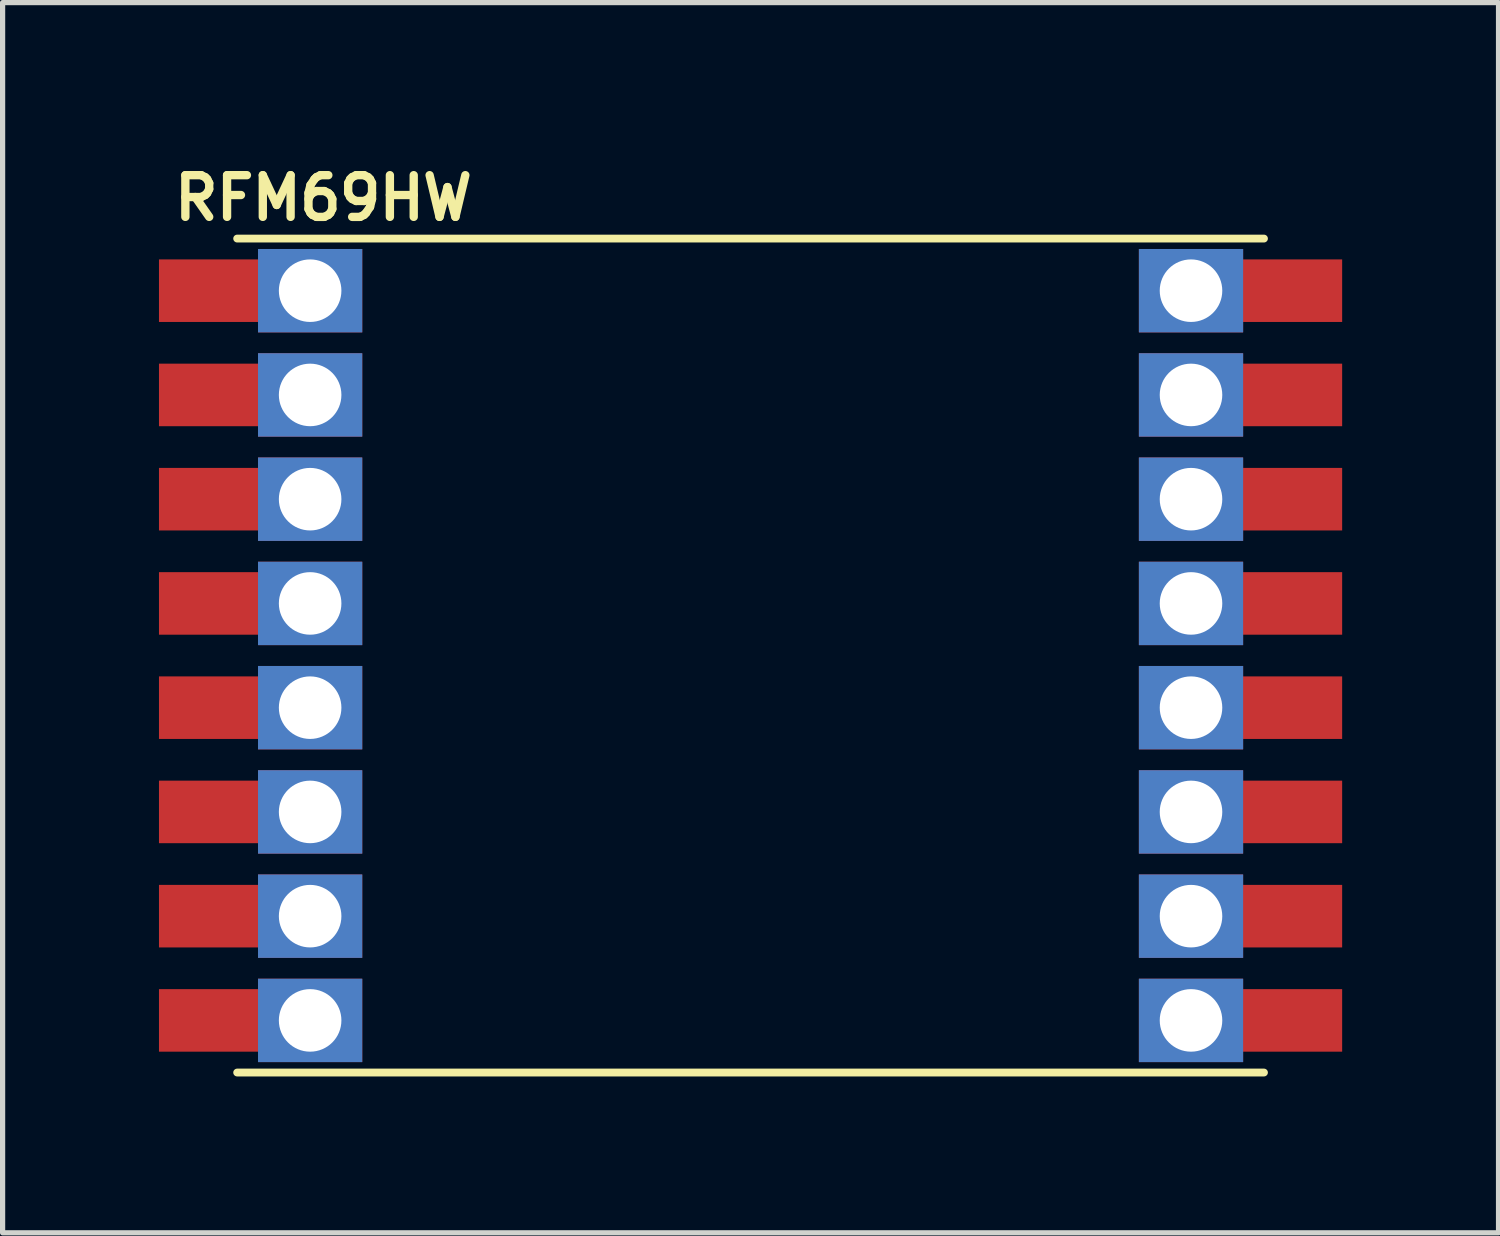
<source format=kicad_pcb>
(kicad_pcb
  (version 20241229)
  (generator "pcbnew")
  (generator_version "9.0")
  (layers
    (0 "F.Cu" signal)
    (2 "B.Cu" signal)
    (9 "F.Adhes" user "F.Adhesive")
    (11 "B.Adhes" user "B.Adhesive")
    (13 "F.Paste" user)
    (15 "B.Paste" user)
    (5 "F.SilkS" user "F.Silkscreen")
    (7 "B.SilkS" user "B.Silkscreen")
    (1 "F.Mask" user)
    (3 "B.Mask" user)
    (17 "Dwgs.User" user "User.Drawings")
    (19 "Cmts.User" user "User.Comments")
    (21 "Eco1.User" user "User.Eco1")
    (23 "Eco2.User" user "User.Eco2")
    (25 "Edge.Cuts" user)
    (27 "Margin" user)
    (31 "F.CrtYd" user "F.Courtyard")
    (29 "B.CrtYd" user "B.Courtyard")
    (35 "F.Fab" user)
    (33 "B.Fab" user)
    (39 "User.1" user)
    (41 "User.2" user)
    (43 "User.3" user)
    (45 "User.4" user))
  (footprint "RFM69HW"
    (layer "F.Cu")
    (at 2.9 2.527)
    (property "Reference" "RFM69HW" (at 0.254 -1.778 0) (layer "F.SilkS") (effects (font (size 0.8 0.8) (thickness 0.16))))
    (attr through_hole)
    (fp_line (start -1.4 -1) (end 18.3 -1) (stroke (width 0.15) (type solid)) (layer "F.SilkS"))
    (fp_line (start -1.4 15) (end 18.3 15) (stroke (width 0.15) (type solid)) (layer "F.SilkS"))
    (pad "1" smd rect (at -1.4 0) (size 3 1.2) (layers "F.Cu" "F.Mask" "F.Paste"))
    (pad "1" thru_hole rect (at 0 0) (size 2 1.6) (drill 1.2) (layers "*.Cu" "B.Mask"))
    (pad "2" smd rect (at -1.4 2) (size 3 1.2) (layers "F.Cu" "F.Mask" "F.Paste"))
    (pad "2" thru_hole rect (at 0 2) (size 2 1.6) (drill 1.2) (layers "*.Cu" "B.Mask"))
    (pad "3" smd rect (at -1.4 4) (size 3 1.2) (layers "F.Cu" "F.Mask" "F.Paste"))
    (pad "3" thru_hole rect (at 0 4) (size 2 1.6) (drill 1.2) (layers "*.Cu" "B.Mask"))
    (pad "4" smd rect (at -1.4 6) (size 3 1.2) (layers "F.Cu" "F.Mask" "F.Paste"))
    (pad "4" thru_hole rect (at 0 6) (size 2 1.6) (drill 1.2) (layers "*.Cu" "B.Mask"))
    (pad "5" smd rect (at -1.4 8) (size 3 1.2) (layers "F.Cu" "F.Mask" "F.Paste"))
    (pad "5" thru_hole rect (at 0 8) (size 2 1.6) (drill 1.2) (layers "*.Cu" "B.Mask"))
    (pad "6" smd rect (at -1.4 10) (size 3 1.2) (layers "F.Cu" "F.Mask" "F.Paste"))
    (pad "6" thru_hole rect (at 0 10) (size 2 1.6) (drill 1.2) (layers "*.Cu" "B.Mask"))
    (pad "7" smd rect (at -1.4 12) (size 3 1.2) (layers "F.Cu" "F.Mask" "F.Paste"))
    (pad "7" thru_hole rect (at 0 12) (size 2 1.6) (drill 1.2) (layers "*.Cu" "B.Mask"))
    (pad "8" smd rect (at -1.4 14) (size 3 1.2) (layers "F.Cu" "F.Mask" "F.Paste"))
    (pad "8" thru_hole rect (at 0 14) (size 2 1.6) (drill 1.2) (layers "*.Cu" "B.Mask"))
    (pad "9" thru_hole rect (at 16.9 14) (size 2 1.6) (drill 1.2) (layers "*.Cu" "B.Mask"))
    (pad "9" smd rect (at 18.3 14) (size 3 1.2) (layers "F.Cu" "F.Mask" "F.Paste"))
    (pad "10" thru_hole rect (at 16.9 12) (size 2 1.6) (drill 1.2) (layers "*.Cu" "B.Mask"))
    (pad "10" smd rect (at 18.3 12) (size 3 1.2) (layers "F.Cu" "F.Mask" "F.Paste"))
    (pad "11" thru_hole rect (at 16.9 10) (size 2 1.6) (drill 1.2) (layers "*.Cu" "B.Mask"))
    (pad "11" smd rect (at 18.3 10) (size 3 1.2) (layers "F.Cu" "F.Mask" "F.Paste"))
    (pad "12" thru_hole rect (at 16.9 8) (size 2 1.6) (drill 1.2) (layers "*.Cu" "B.Mask"))
    (pad "12" smd rect (at 18.3 8) (size 3 1.2) (layers "F.Cu" "F.Mask" "F.Paste"))
    (pad "13" thru_hole rect (at 16.9 6) (size 2 1.6) (drill 1.2) (layers "*.Cu" "B.Mask"))
    (pad "13" smd rect (at 18.3 6) (size 3 1.2) (layers "F.Cu" "F.Mask" "F.Paste"))
    (pad "14" thru_hole rect (at 16.9 4) (size 2 1.6) (drill 1.2) (layers "*.Cu" "B.Mask"))
    (pad "14" smd rect (at 18.3 4) (size 3 1.2) (layers "F.Cu" "F.Mask" "F.Paste"))
    (pad "15" thru_hole rect (at 16.9 2) (size 2 1.6) (drill 1.2) (layers "*.Cu" "B.Mask"))
    (pad "15" smd rect (at 18.3 2) (size 3 1.2) (layers "F.Cu" "F.Mask" "F.Paste"))
    (pad "16" thru_hole rect (at 16.9 0) (size 2 1.6) (drill 1.2) (layers "*.Cu" "B.Mask"))
    (pad "16" smd rect (at 18.3 0) (size 3 1.2) (layers "F.Cu" "F.Mask" "F.Paste")))
  (gr_rect
    (start -3 -3)
    (end 25.7 20.602)
    (stroke (width 0.1) (type default))
    (fill no)
    (layer "Edge.Cuts")))
</source>
